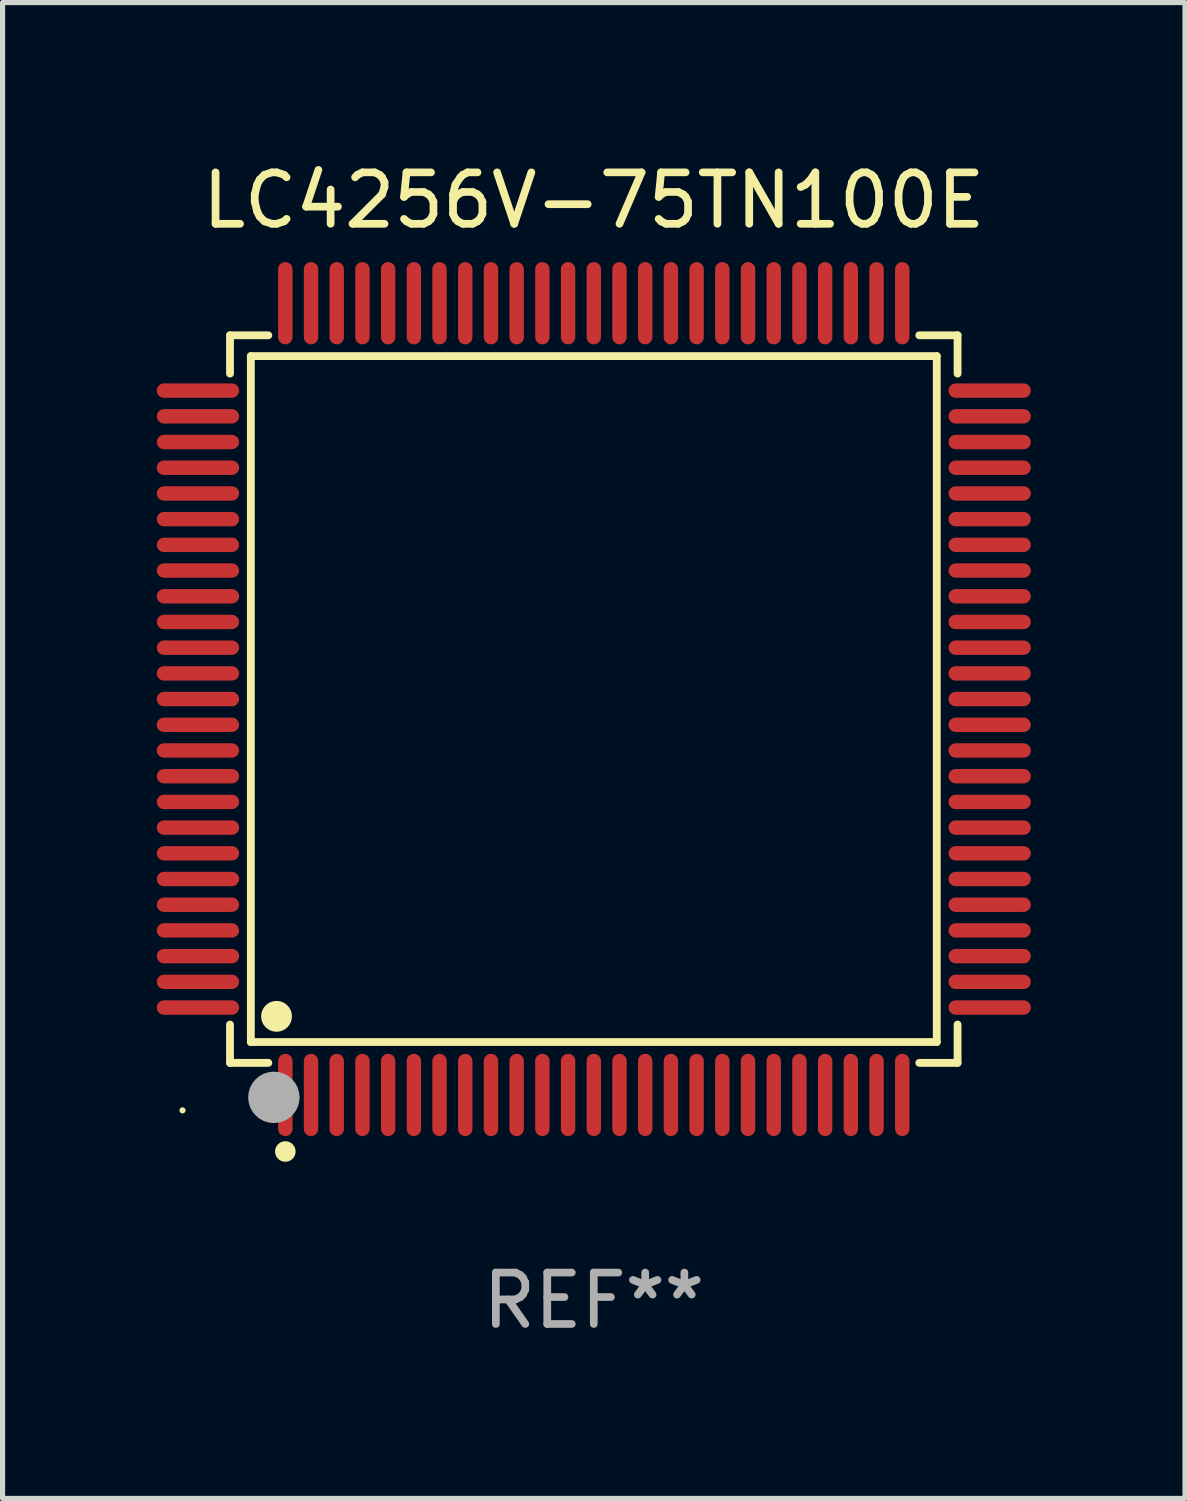
<source format=kicad_pcb>
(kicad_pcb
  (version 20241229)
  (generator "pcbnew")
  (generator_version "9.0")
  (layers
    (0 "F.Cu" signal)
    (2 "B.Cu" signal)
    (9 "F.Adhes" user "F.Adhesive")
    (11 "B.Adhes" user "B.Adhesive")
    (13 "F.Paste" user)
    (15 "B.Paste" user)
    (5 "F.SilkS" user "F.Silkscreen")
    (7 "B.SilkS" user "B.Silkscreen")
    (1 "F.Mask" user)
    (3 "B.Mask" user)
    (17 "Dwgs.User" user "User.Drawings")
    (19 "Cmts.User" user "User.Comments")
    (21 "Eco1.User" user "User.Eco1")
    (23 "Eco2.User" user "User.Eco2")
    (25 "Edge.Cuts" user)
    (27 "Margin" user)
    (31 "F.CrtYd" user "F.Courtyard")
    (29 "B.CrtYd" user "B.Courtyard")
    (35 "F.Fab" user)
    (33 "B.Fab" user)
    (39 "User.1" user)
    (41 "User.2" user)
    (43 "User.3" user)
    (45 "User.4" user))
  (footprint "LC4256V-75TN100E"
    (layer "F.Cu")
    (at 8.5 10.548)
    (property "Reference" "LC4256V-75TN100E" (at 0 -9.7 0) (layer "F.SilkS") (effects (font (size 1 1) (thickness 0.15))))
    (attr through_hole)
    (fp_line (start -7.076 -7.076) (end -6.331 -7.076) (stroke (width 0.152) (type solid)) (layer "F.SilkS"))
    (fp_line (start -7.076 -6.331) (end -7.076 -7.076) (stroke (width 0.152) (type solid)) (layer "F.SilkS"))
    (fp_line (start -7.076 6.331) (end -7.076 7.076) (stroke (width 0.152) (type solid)) (layer "F.SilkS"))
    (fp_line (start -7.076 7.076) (end -6.331 7.076) (stroke (width 0.152) (type solid)) (layer "F.SilkS"))
    (fp_line (start -6.671 -6.671) (end 6.671 -6.671) (stroke (width 0.152) (type solid)) (layer "F.SilkS"))
    (fp_line (start -6.671 6.671) (end -6.671 -6.671) (stroke (width 0.152) (type solid)) (layer "F.SilkS"))
    (fp_line (start 6.671 -6.671) (end 6.671 6.671) (stroke (width 0.152) (type solid)) (layer "F.SilkS"))
    (fp_line (start 6.671 6.671) (end -6.671 6.671) (stroke (width 0.152) (type solid)) (layer "F.SilkS"))
    (fp_line (start 7.076 -7.076) (end 6.331 -7.076) (stroke (width 0.152) (type solid)) (layer "F.SilkS"))
    (fp_line (start 7.076 -6.331) (end 7.076 -7.076) (stroke (width 0.152) (type solid)) (layer "F.SilkS"))
    (fp_line (start 7.076 6.331) (end 7.076 7.076) (stroke (width 0.152) (type solid)) (layer "F.SilkS"))
    (fp_line (start 7.076 7.076) (end 6.331 7.076) (stroke (width 0.152) (type solid)) (layer "F.SilkS"))
    (fp_circle (center -8 8) (end -7.97 8) (stroke (width 0.06) (type solid)) (fill no) (layer "F.SilkS"))
    (fp_circle (center -6.171 6.171) (end -6.021 6.171) (stroke (width 0.3) (type solid)) (fill no) (layer "F.SilkS"))
    (fp_circle (center -6 8.8) (end -5.9 8.8) (stroke (width 0.2) (type solid)) (fill no) (layer "F.SilkS"))
    (fp_circle (center -6.223 7.747) (end -5.973 7.747) (stroke (width 0.5) (type solid)) (fill no) (layer "F.Fab"))
    (fp_text user "REF**" (at 0 11.7 0) (layer "F.Fab") (effects (font (size 1 1) (thickness 0.15))))
    (pad "1" smd oval (at -6 7.7) (size 0.28 1.6) (layers "F.Cu" "F.Mask" "F.Paste"))
    (pad "2" smd oval (at -5.5 7.7) (size 0.28 1.6) (layers "F.Cu" "F.Mask" "F.Paste"))
    (pad "3" smd oval (at -5 7.7) (size 0.28 1.6) (layers "F.Cu" "F.Mask" "F.Paste"))
    (pad "4" smd oval (at -4.5 7.7) (size 0.28 1.6) (layers "F.Cu" "F.Mask" "F.Paste"))
    (pad "5" smd oval (at -4 7.7) (size 0.28 1.6) (layers "F.Cu" "F.Mask" "F.Paste"))
    (pad "6" smd oval (at -3.5 7.7) (size 0.28 1.6) (layers "F.Cu" "F.Mask" "F.Paste"))
    (pad "7" smd oval (at -3 7.7) (size 0.28 1.6) (layers "F.Cu" "F.Mask" "F.Paste"))
    (pad "8" smd oval (at -2.5 7.7) (size 0.28 1.6) (layers "F.Cu" "F.Mask" "F.Paste"))
    (pad "9" smd oval (at -2 7.7) (size 0.28 1.6) (layers "F.Cu" "F.Mask" "F.Paste"))
    (pad "10" smd oval (at -1.5 7.7) (size 0.28 1.6) (layers "F.Cu" "F.Mask" "F.Paste"))
    (pad "11" smd oval (at -1 7.7) (size 0.28 1.6) (layers "F.Cu" "F.Mask" "F.Paste"))
    (pad "12" smd oval (at -0.5 7.7) (size 0.28 1.6) (layers "F.Cu" "F.Mask" "F.Paste"))
    (pad "13" smd oval (at 0 7.7) (size 0.28 1.6) (layers "F.Cu" "F.Mask" "F.Paste"))
    (pad "14" smd oval (at 0.5 7.7) (size 0.28 1.6) (layers "F.Cu" "F.Mask" "F.Paste"))
    (pad "15" smd oval (at 1 7.7) (size 0.28 1.6) (layers "F.Cu" "F.Mask" "F.Paste"))
    (pad "16" smd oval (at 1.5 7.7) (size 0.28 1.6) (layers "F.Cu" "F.Mask" "F.Paste"))
    (pad "17" smd oval (at 2 7.7) (size 0.28 1.6) (layers "F.Cu" "F.Mask" "F.Paste"))
    (pad "18" smd oval (at 2.5 7.7) (size 0.28 1.6) (layers "F.Cu" "F.Mask" "F.Paste"))
    (pad "19" smd oval (at 3 7.7) (size 0.28 1.6) (layers "F.Cu" "F.Mask" "F.Paste"))
    (pad "20" smd oval (at 3.5 7.7) (size 0.28 1.6) (layers "F.Cu" "F.Mask" "F.Paste"))
    (pad "21" smd oval (at 4 7.7) (size 0.28 1.6) (layers "F.Cu" "F.Mask" "F.Paste"))
    (pad "22" smd oval (at 4.5 7.7) (size 0.28 1.6) (layers "F.Cu" "F.Mask" "F.Paste"))
    (pad "23" smd oval (at 5 7.7) (size 0.28 1.6) (layers "F.Cu" "F.Mask" "F.Paste"))
    (pad "24" smd oval (at 5.5 7.7) (size 0.28 1.6) (layers "F.Cu" "F.Mask" "F.Paste"))
    (pad "25" smd oval (at 6 7.7) (size 0.28 1.6) (layers "F.Cu" "F.Mask" "F.Paste"))
    (pad "26" smd oval (at 7.7 6) (size 1.6 0.28) (layers "F.Cu" "F.Mask" "F.Paste"))
    (pad "27" smd oval (at 7.7 5.5) (size 1.6 0.28) (layers "F.Cu" "F.Mask" "F.Paste"))
    (pad "28" smd oval (at 7.7 5) (size 1.6 0.28) (layers "F.Cu" "F.Mask" "F.Paste"))
    (pad "29" smd oval (at 7.7 4.5) (size 1.6 0.28) (layers "F.Cu" "F.Mask" "F.Paste"))
    (pad "30" smd oval (at 7.7 4) (size 1.6 0.28) (layers "F.Cu" "F.Mask" "F.Paste"))
    (pad "31" smd oval (at 7.7 3.5) (size 1.6 0.28) (layers "F.Cu" "F.Mask" "F.Paste"))
    (pad "32" smd oval (at 7.7 3) (size 1.6 0.28) (layers "F.Cu" "F.Mask" "F.Paste"))
    (pad "33" smd oval (at 7.7 2.5) (size 1.6 0.28) (layers "F.Cu" "F.Mask" "F.Paste"))
    (pad "34" smd oval (at 7.7 2) (size 1.6 0.28) (layers "F.Cu" "F.Mask" "F.Paste"))
    (pad "35" smd oval (at 7.7 1.5) (size 1.6 0.28) (layers "F.Cu" "F.Mask" "F.Paste"))
    (pad "36" smd oval (at 7.7 1) (size 1.6 0.28) (layers "F.Cu" "F.Mask" "F.Paste"))
    (pad "37" smd oval (at 7.7 0.5) (size 1.6 0.28) (layers "F.Cu" "F.Mask" "F.Paste"))
    (pad "38" smd oval (at 7.7 0) (size 1.6 0.28) (layers "F.Cu" "F.Mask" "F.Paste"))
    (pad "39" smd oval (at 7.7 -0.5) (size 1.6 0.28) (layers "F.Cu" "F.Mask" "F.Paste"))
    (pad "40" smd oval (at 7.7 -1) (size 1.6 0.28) (layers "F.Cu" "F.Mask" "F.Paste"))
    (pad "41" smd oval (at 7.7 -1.5) (size 1.6 0.28) (layers "F.Cu" "F.Mask" "F.Paste"))
    (pad "42" smd oval (at 7.7 -2) (size 1.6 0.28) (layers "F.Cu" "F.Mask" "F.Paste"))
    (pad "43" smd oval (at 7.7 -2.5) (size 1.6 0.28) (layers "F.Cu" "F.Mask" "F.Paste"))
    (pad "44" smd oval (at 7.7 -3) (size 1.6 0.28) (layers "F.Cu" "F.Mask" "F.Paste"))
    (pad "45" smd oval (at 7.7 -3.5) (size 1.6 0.28) (layers "F.Cu" "F.Mask" "F.Paste"))
    (pad "46" smd oval (at 7.7 -4) (size 1.6 0.28) (layers "F.Cu" "F.Mask" "F.Paste"))
    (pad "47" smd oval (at 7.7 -4.5) (size 1.6 0.28) (layers "F.Cu" "F.Mask" "F.Paste"))
    (pad "48" smd oval (at 7.7 -5) (size 1.6 0.28) (layers "F.Cu" "F.Mask" "F.Paste"))
    (pad "49" smd oval (at 7.7 -5.5) (size 1.6 0.28) (layers "F.Cu" "F.Mask" "F.Paste"))
    (pad "50" smd oval (at 7.7 -6) (size 1.6 0.28) (layers "F.Cu" "F.Mask" "F.Paste"))
    (pad "51" smd oval (at 6 -7.7) (size 0.28 1.6) (layers "F.Cu" "F.Mask" "F.Paste"))
    (pad "52" smd oval (at 5.5 -7.7) (size 0.28 1.6) (layers "F.Cu" "F.Mask" "F.Paste"))
    (pad "53" smd oval (at 5 -7.7) (size 0.28 1.6) (layers "F.Cu" "F.Mask" "F.Paste"))
    (pad "54" smd oval (at 4.5 -7.7) (size 0.28 1.6) (layers "F.Cu" "F.Mask" "F.Paste"))
    (pad "55" smd oval (at 4 -7.7) (size 0.28 1.6) (layers "F.Cu" "F.Mask" "F.Paste"))
    (pad "56" smd oval (at 3.5 -7.7) (size 0.28 1.6) (layers "F.Cu" "F.Mask" "F.Paste"))
    (pad "57" smd oval (at 3 -7.7) (size 0.28 1.6) (layers "F.Cu" "F.Mask" "F.Paste"))
    (pad "58" smd oval (at 2.5 -7.7) (size 0.28 1.6) (layers "F.Cu" "F.Mask" "F.Paste"))
    (pad "59" smd oval (at 2 -7.7) (size 0.28 1.6) (layers "F.Cu" "F.Mask" "F.Paste"))
    (pad "60" smd oval (at 1.5 -7.7) (size 0.28 1.6) (layers "F.Cu" "F.Mask" "F.Paste"))
    (pad "61" smd oval (at 1 -7.7) (size 0.28 1.6) (layers "F.Cu" "F.Mask" "F.Paste"))
    (pad "62" smd oval (at 0.5 -7.7) (size 0.28 1.6) (layers "F.Cu" "F.Mask" "F.Paste"))
    (pad "63" smd oval (at 0 -7.7) (size 0.28 1.6) (layers "F.Cu" "F.Mask" "F.Paste"))
    (pad "64" smd oval (at -0.5 -7.7) (size 0.28 1.6) (layers "F.Cu" "F.Mask" "F.Paste"))
    (pad "65" smd oval (at -1 -7.7) (size 0.28 1.6) (layers "F.Cu" "F.Mask" "F.Paste"))
    (pad "66" smd oval (at -1.5 -7.7) (size 0.28 1.6) (layers "F.Cu" "F.Mask" "F.Paste"))
    (pad "67" smd oval (at -2 -7.7) (size 0.28 1.6) (layers "F.Cu" "F.Mask" "F.Paste"))
    (pad "68" smd oval (at -2.5 -7.7) (size 0.28 1.6) (layers "F.Cu" "F.Mask" "F.Paste"))
    (pad "69" smd oval (at -3 -7.7) (size 0.28 1.6) (layers "F.Cu" "F.Mask" "F.Paste"))
    (pad "70" smd oval (at -3.5 -7.7) (size 0.28 1.6) (layers "F.Cu" "F.Mask" "F.Paste"))
    (pad "71" smd oval (at -4 -7.7) (size 0.28 1.6) (layers "F.Cu" "F.Mask" "F.Paste"))
    (pad "72" smd oval (at -4.5 -7.7) (size 0.28 1.6) (layers "F.Cu" "F.Mask" "F.Paste"))
    (pad "73" smd oval (at -5 -7.7) (size 0.28 1.6) (layers "F.Cu" "F.Mask" "F.Paste"))
    (pad "74" smd oval (at -5.5 -7.7) (size 0.28 1.6) (layers "F.Cu" "F.Mask" "F.Paste"))
    (pad "75" smd oval (at -6 -7.7) (size 0.28 1.6) (layers "F.Cu" "F.Mask" "F.Paste"))
    (pad "76" smd oval (at -7.7 -6) (size 1.6 0.28) (layers "F.Cu" "F.Mask" "F.Paste"))
    (pad "77" smd oval (at -7.7 -5.5) (size 1.6 0.28) (layers "F.Cu" "F.Mask" "F.Paste"))
    (pad "78" smd oval (at -7.7 -5) (size 1.6 0.28) (layers "F.Cu" "F.Mask" "F.Paste"))
    (pad "79" smd oval (at -7.7 -4.5) (size 1.6 0.28) (layers "F.Cu" "F.Mask" "F.Paste"))
    (pad "80" smd oval (at -7.7 -4) (size 1.6 0.28) (layers "F.Cu" "F.Mask" "F.Paste"))
    (pad "81" smd oval (at -7.7 -3.5) (size 1.6 0.28) (layers "F.Cu" "F.Mask" "F.Paste"))
    (pad "82" smd oval (at -7.7 -3) (size 1.6 0.28) (layers "F.Cu" "F.Mask" "F.Paste"))
    (pad "83" smd oval (at -7.7 -2.5) (size 1.6 0.28) (layers "F.Cu" "F.Mask" "F.Paste"))
    (pad "84" smd oval (at -7.7 -2) (size 1.6 0.28) (layers "F.Cu" "F.Mask" "F.Paste"))
    (pad "85" smd oval (at -7.7 -1.5) (size 1.6 0.28) (layers "F.Cu" "F.Mask" "F.Paste"))
    (pad "86" smd oval (at -7.7 -1) (size 1.6 0.28) (layers "F.Cu" "F.Mask" "F.Paste"))
    (pad "87" smd oval (at -7.7 -0.5) (size 1.6 0.28) (layers "F.Cu" "F.Mask" "F.Paste"))
    (pad "88" smd oval (at -7.7 0) (size 1.6 0.28) (layers "F.Cu" "F.Mask" "F.Paste"))
    (pad "89" smd oval (at -7.7 0.5) (size 1.6 0.28) (layers "F.Cu" "F.Mask" "F.Paste"))
    (pad "90" smd oval (at -7.7 1) (size 1.6 0.28) (layers "F.Cu" "F.Mask" "F.Paste"))
    (pad "91" smd oval (at -7.7 1.5) (size 1.6 0.28) (layers "F.Cu" "F.Mask" "F.Paste"))
    (pad "92" smd oval (at -7.7 2) (size 1.6 0.28) (layers "F.Cu" "F.Mask" "F.Paste"))
    (pad "93" smd oval (at -7.7 2.5) (size 1.6 0.28) (layers "F.Cu" "F.Mask" "F.Paste"))
    (pad "94" smd oval (at -7.7 3) (size 1.6 0.28) (layers "F.Cu" "F.Mask" "F.Paste"))
    (pad "95" smd oval (at -7.7 3.5) (size 1.6 0.28) (layers "F.Cu" "F.Mask" "F.Paste"))
    (pad "96" smd oval (at -7.7 4) (size 1.6 0.28) (layers "F.Cu" "F.Mask" "F.Paste"))
    (pad "97" smd oval (at -7.7 4.5) (size 1.6 0.28) (layers "F.Cu" "F.Mask" "F.Paste"))
    (pad "98" smd oval (at -7.7 5) (size 1.6 0.28) (layers "F.Cu" "F.Mask" "F.Paste"))
    (pad "99" smd oval (at -7.7 5.5) (size 1.6 0.28) (layers "F.Cu" "F.Mask" "F.Paste"))
    (pad "100" smd oval (at -7.7 6) (size 1.6 0.28) (layers "F.Cu" "F.Mask" "F.Paste")))
  (gr_rect
    (start -3 -3)
    (end 20 26.097)
    (stroke (width 0.1) (type default))
    (fill no)
    (layer "Edge.Cuts")))
</source>
